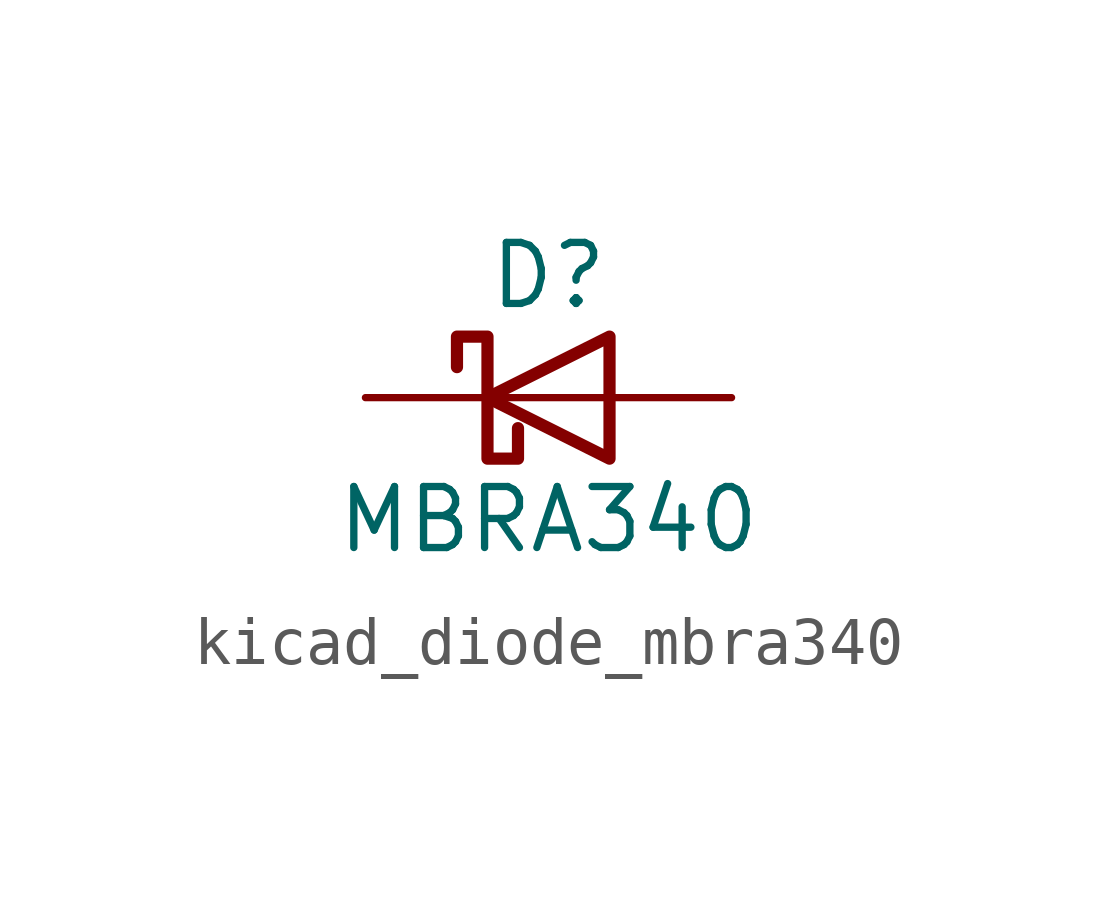
<source format=kicad_sym>
(kicad_symbol_lib
  (version 20220914)
  (generator kicad_symbol_editor)
  (symbol "kicad_diode_mbra340"
    (pin_numbers hide)
    (pin_names hide)
    (property "Reference" "D"
      (at 0 2.54 0)
      (effects (font (size 1.27 1.27))))
    (property "Value" "MBRA340"
      (at 0 -2.54 0)
      (effects (font (size 1.27 1.27))))
    (symbol "kicad_diode_mbra340_0_1"
      (polyline (pts (xy 1.27 0) (xy -1.27 0)) (stroke (width 0) (type default)) (fill (type none)))
      (polyline (pts (xy 1.27 1.27) (xy 1.27 -1.27) (xy -1.27 0) (xy 1.27 1.27)) (stroke (width 0.254) (type default)) (fill (type none)))
      (polyline (pts (xy -1.905 0.635) (xy -1.905 1.27) (xy -1.27 1.27) (xy -1.27 -1.27) (xy -0.635 -1.27) (xy -0.635 -0.635)) (stroke (width 0.254) (type default)) (fill (type none))))
    (symbol "kicad_diode_mbra340_1_1"
      (pin passive line (at -3.81 0 0) (length 2.54) (name "K" (effects (font (size 1.27 1.27)))) (number "1" (effects (font (size 1.27 1.27)))))
      (pin passive line (at 3.81 0 180) (length 2.54) (name "A" (effects (font (size 1.27 1.27)))) (number "2" (effects (font (size 1.27 1.27))))))))
</source>
